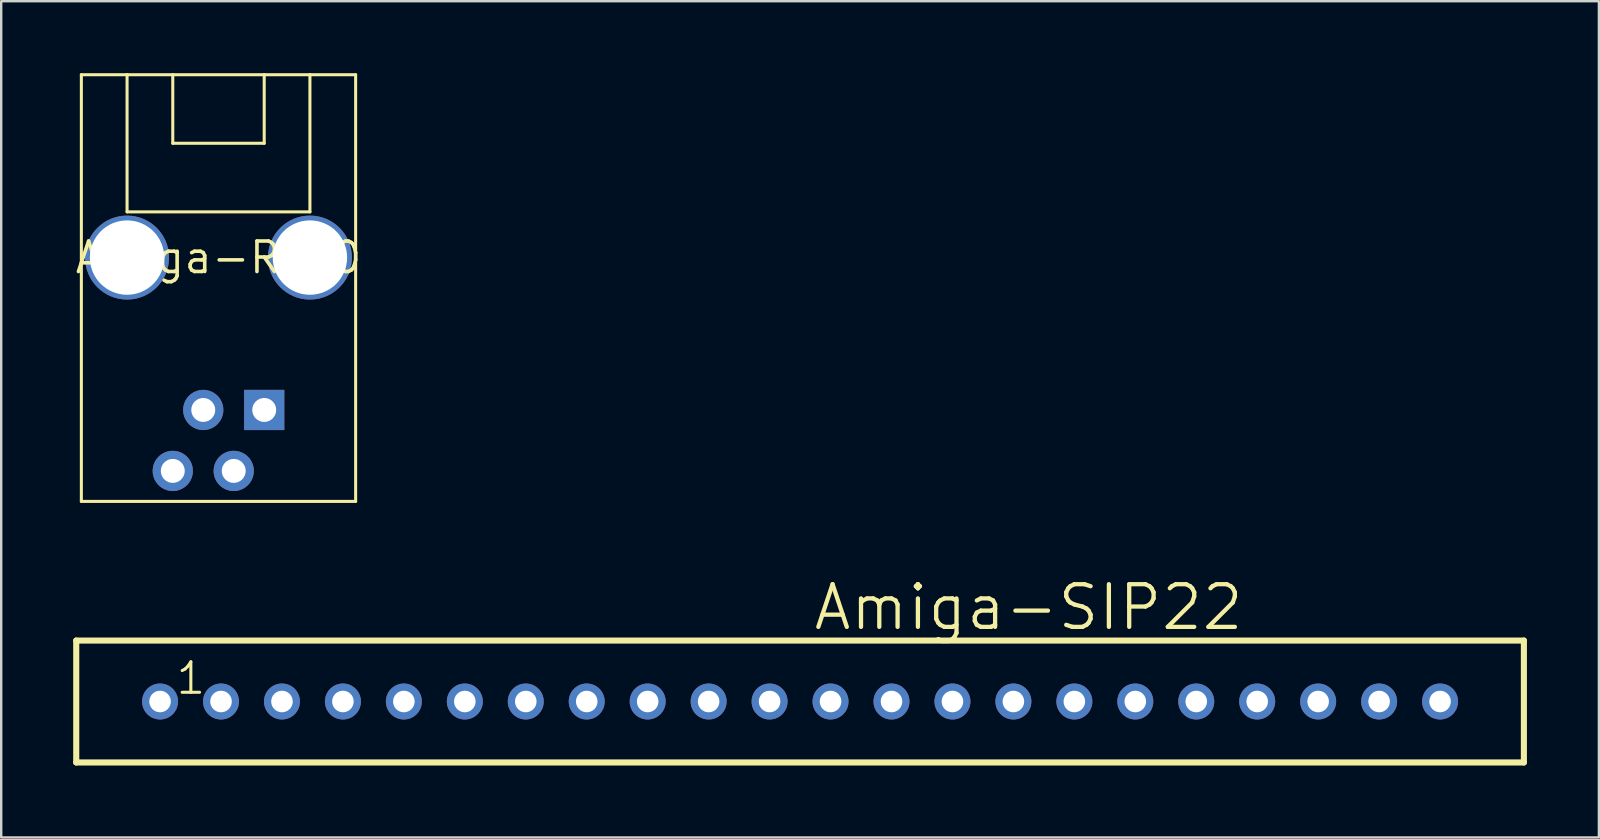
<source format=kicad_pcb>
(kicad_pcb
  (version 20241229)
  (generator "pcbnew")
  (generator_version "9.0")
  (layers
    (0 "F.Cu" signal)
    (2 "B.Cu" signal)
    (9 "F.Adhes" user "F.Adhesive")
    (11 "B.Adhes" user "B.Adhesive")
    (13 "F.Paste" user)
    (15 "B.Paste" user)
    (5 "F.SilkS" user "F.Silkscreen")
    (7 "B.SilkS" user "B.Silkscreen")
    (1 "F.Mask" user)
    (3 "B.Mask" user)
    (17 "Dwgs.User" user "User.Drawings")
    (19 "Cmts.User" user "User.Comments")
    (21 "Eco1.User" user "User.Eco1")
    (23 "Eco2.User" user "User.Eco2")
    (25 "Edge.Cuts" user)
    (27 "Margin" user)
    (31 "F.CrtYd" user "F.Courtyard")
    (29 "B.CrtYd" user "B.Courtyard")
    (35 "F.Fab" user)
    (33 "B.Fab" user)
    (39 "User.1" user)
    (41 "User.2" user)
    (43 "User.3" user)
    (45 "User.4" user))
  (footprint "Amiga-SIP22"
    (layer "F.Cu")
    (at 30.29 26.183)
    (property "Reference" "Amiga-SIP22" (at 9.525 -3.924 0) (layer "F.SilkS") (effects (font (size 1.778 1.778) (thickness 0.178))))
    (attr exclude_from_pos_files exclude_from_bom)
    (fp_line (start -30.163 -2.54) (end 30.163 -2.54) (stroke (width 0.254) (type solid)) (layer "F.SilkS"))
    (fp_line (start -30.163 2.54) (end -30.163 -2.54) (stroke (width 0.254) (type solid)) (layer "F.SilkS"))
    (fp_line (start 30.163 -2.54) (end 30.163 2.54) (stroke (width 0.254) (type solid)) (layer "F.SilkS"))
    (fp_line (start 30.163 2.54) (end -30.163 2.54) (stroke (width 0.254) (type solid)) (layer "F.SilkS"))
    (fp_text user "1" (at -25.387 -0.965 0) (layer "F.SilkS") (effects (font (size 1.27 1.27) (thickness 0.127))))
    (pad "1" thru_hole circle (at -26.67 0) (size 1.499 1.499) (drill 0.899) (layers "*.Cu" "*.Paste" "*.Mask"))
    (pad "2" thru_hole circle (at -24.13 0) (size 1.499 1.499) (drill 0.899) (layers "*.Cu" "*.Paste" "*.Mask"))
    (pad "3" thru_hole circle (at -21.59 0) (size 1.499 1.499) (drill 0.899) (layers "*.Cu" "*.Paste" "*.Mask"))
    (pad "4" thru_hole circle (at -19.05 0) (size 1.499 1.499) (drill 0.899) (layers "*.Cu" "*.Paste" "*.Mask"))
    (pad "5" thru_hole circle (at -16.51 0) (size 1.499 1.499) (drill 0.899) (layers "*.Cu" "*.Paste" "*.Mask"))
    (pad "6" thru_hole circle (at -13.97 0) (size 1.499 1.499) (drill 0.899) (layers "*.Cu" "*.Paste" "*.Mask"))
    (pad "7" thru_hole circle (at -11.43 0) (size 1.499 1.499) (drill 0.899) (layers "*.Cu" "*.Paste" "*.Mask"))
    (pad "8" thru_hole circle (at -8.89 0) (size 1.499 1.499) (drill 0.899) (layers "*.Cu" "*.Paste" "*.Mask"))
    (pad "9" thru_hole circle (at -6.35 0) (size 1.499 1.499) (drill 0.899) (layers "*.Cu" "*.Paste" "*.Mask"))
    (pad "10" thru_hole circle (at -3.81 0) (size 1.499 1.499) (drill 0.899) (layers "*.Cu" "*.Paste" "*.Mask"))
    (pad "11" thru_hole circle (at -1.27 0) (size 1.499 1.499) (drill 0.899) (layers "*.Cu" "*.Paste" "*.Mask"))
    (pad "12" thru_hole circle (at 1.27 0) (size 1.499 1.499) (drill 0.899) (layers "*.Cu" "*.Paste" "*.Mask"))
    (pad "13" thru_hole circle (at 3.81 0) (size 1.499 1.499) (drill 0.899) (layers "*.Cu" "*.Paste" "*.Mask"))
    (pad "14" thru_hole circle (at 6.35 0) (size 1.499 1.499) (drill 0.899) (layers "*.Cu" "*.Paste" "*.Mask"))
    (pad "15" thru_hole circle (at 8.89 0) (size 1.499 1.499) (drill 0.899) (layers "*.Cu" "*.Paste" "*.Mask"))
    (pad "16" thru_hole circle (at 11.43 0) (size 1.499 1.499) (drill 0.899) (layers "*.Cu" "*.Paste" "*.Mask"))
    (pad "17" thru_hole circle (at 13.97 0) (size 1.499 1.499) (drill 0.899) (layers "*.Cu" "*.Paste" "*.Mask"))
    (pad "18" thru_hole circle (at 16.51 0) (size 1.499 1.499) (drill 0.899) (layers "*.Cu" "*.Paste" "*.Mask"))
    (pad "19" thru_hole circle (at 19.05 0) (size 1.499 1.499) (drill 0.899) (layers "*.Cu" "*.Paste" "*.Mask"))
    (pad "20" thru_hole circle (at 21.59 0) (size 1.499 1.499) (drill 0.899) (layers "*.Cu" "*.Paste" "*.Mask"))
    (pad "21" thru_hole circle (at 24.13 0) (size 1.499 1.499) (drill 0.899) (layers "*.Cu" "*.Paste" "*.Mask"))
    (pad "22" thru_hole circle (at 26.67 0) (size 1.499 1.499) (drill 0.899) (layers "*.Cu" "*.Paste" "*.Mask")))
  (footprint "Amiga-RJ10"
    (layer "F.Cu")
    (at 6.055 7.684)
    (property "Reference" "Amiga-RJ10" (at 0 0 0) (layer "F.SilkS") (effects (font (size 1.27 1.27) (thickness 0.15))))
    (attr exclude_from_pos_files exclude_from_bom)
    (fp_line (start -5.715 -7.62) (end -3.81 -7.62) (stroke (width 0.127) (type solid)) (layer "F.SilkS"))
    (fp_line (start -5.715 10.16) (end -5.715 -7.62) (stroke (width 0.127) (type solid)) (layer "F.SilkS"))
    (fp_line (start -3.81 -7.62) (end -3.81 -1.905) (stroke (width 0.127) (type solid)) (layer "F.SilkS"))
    (fp_line (start -3.81 -7.62) (end -1.905 -7.62) (stroke (width 0.127) (type solid)) (layer "F.SilkS"))
    (fp_line (start -3.81 -1.905) (end 3.81 -1.905) (stroke (width 0.127) (type solid)) (layer "F.SilkS"))
    (fp_line (start -1.905 -7.62) (end -1.905 -4.763) (stroke (width 0.127) (type solid)) (layer "F.SilkS"))
    (fp_line (start -1.905 -7.62) (end 1.905 -7.62) (stroke (width 0.127) (type solid)) (layer "F.SilkS"))
    (fp_line (start -1.905 -4.763) (end 1.905 -4.763) (stroke (width 0.127) (type solid)) (layer "F.SilkS"))
    (fp_line (start 1.905 -7.62) (end 3.81 -7.62) (stroke (width 0.127) (type solid)) (layer "F.SilkS"))
    (fp_line (start 1.905 -4.763) (end 1.905 -7.62) (stroke (width 0.127) (type solid)) (layer "F.SilkS"))
    (fp_line (start 3.81 -7.62) (end 5.715 -7.62) (stroke (width 0.127) (type solid)) (layer "F.SilkS"))
    (fp_line (start 3.81 -1.905) (end 3.81 -7.62) (stroke (width 0.127) (type solid)) (layer "F.SilkS"))
    (fp_line (start 5.715 -7.62) (end 5.715 10.16) (stroke (width 0.127) (type solid)) (layer "F.SilkS"))
    (fp_line (start 5.715 10.16) (end -5.715 10.16) (stroke (width 0.127) (type solid)) (layer "F.SilkS"))
    (pad "1" thru_hole rect (at 1.905 6.35) (size 1.676 1.676) (drill 0.998) (layers "*.Cu" "*.Paste" "*.Mask"))
    (pad "2" thru_hole circle (at 0.635 8.89) (size 1.676 1.676) (drill 0.998) (layers "*.Cu" "*.Paste" "*.Mask"))
    (pad "3" thru_hole circle (at -0.635 6.35) (size 1.676 1.676) (drill 0.998) (layers "*.Cu" "*.Paste" "*.Mask"))
    (pad "4" thru_hole circle (at -1.905 8.89) (size 1.676 1.676) (drill 0.998) (layers "*.Cu" "*.Paste" "*.Mask"))
    (pad "P$1" thru_hole circle (at -3.81 0) (size 3.498 3.498) (drill 3.099) (layers "*.Cu" "*.Paste" "*.Mask"))
    (pad "P$2" thru_hole circle (at 3.81 0) (size 3.498 3.498) (drill 3.099) (layers "*.Cu" "*.Paste" "*.Mask")))
  (gr_rect
    (start -3 -3)
    (end 63.579 31.85)
    (stroke (width 0.1) (type default))
    (fill no)
    (layer "Edge.Cuts")))
</source>
